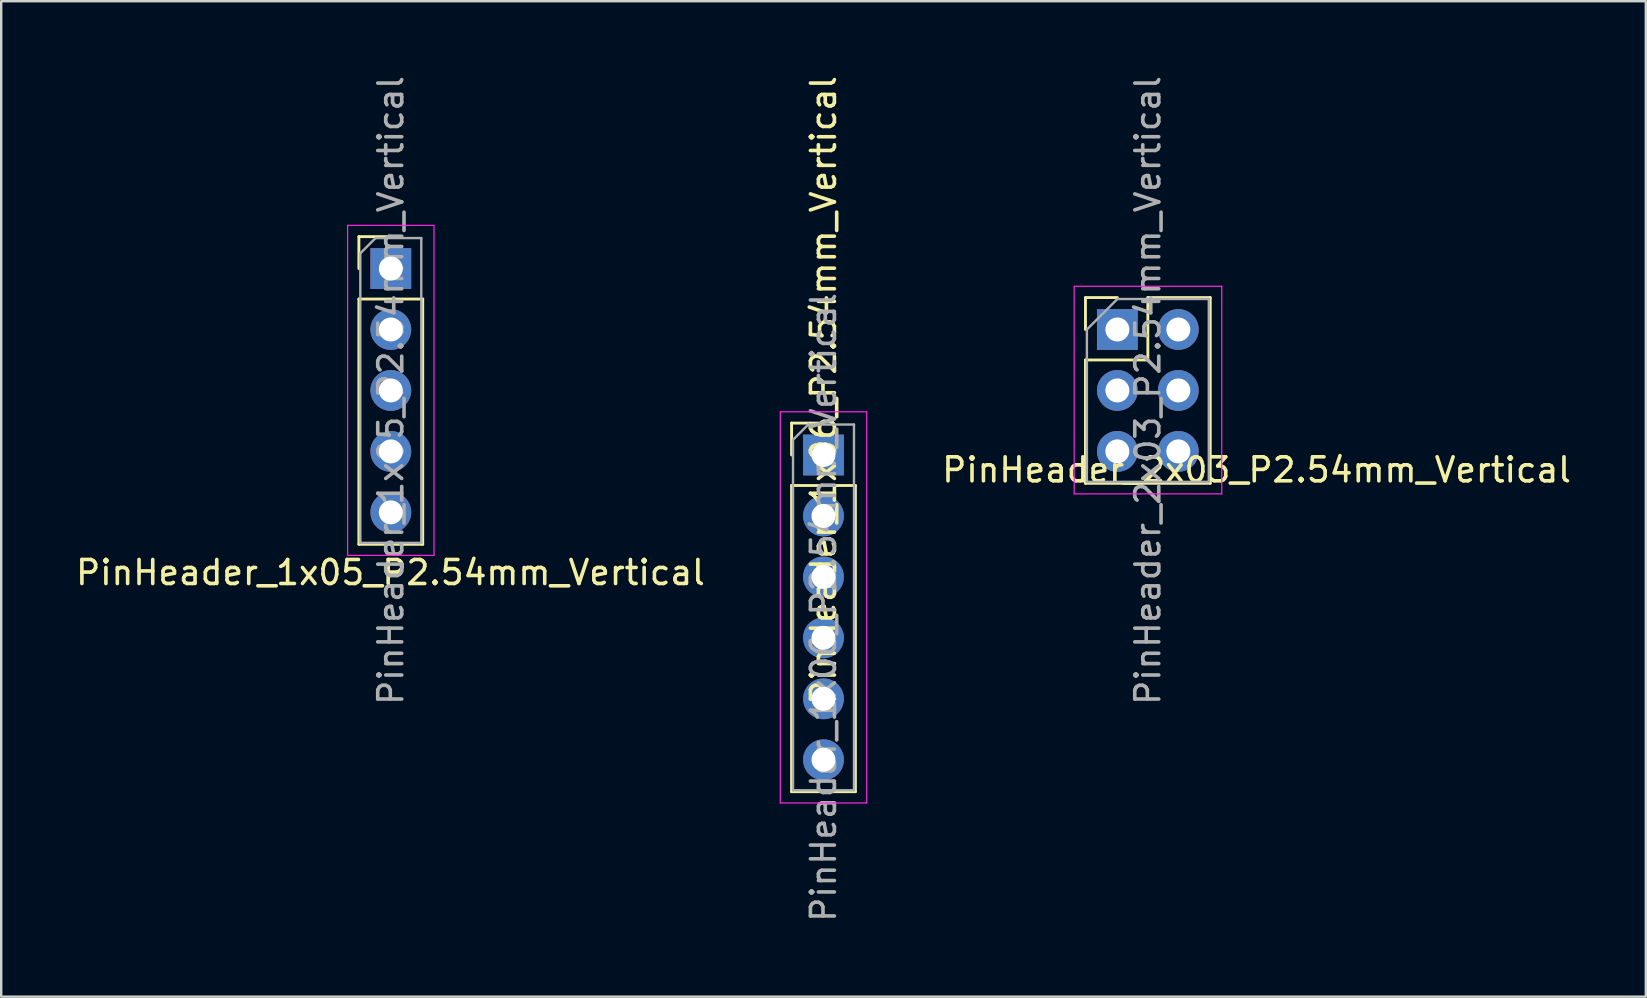
<source format=kicad_pcb>
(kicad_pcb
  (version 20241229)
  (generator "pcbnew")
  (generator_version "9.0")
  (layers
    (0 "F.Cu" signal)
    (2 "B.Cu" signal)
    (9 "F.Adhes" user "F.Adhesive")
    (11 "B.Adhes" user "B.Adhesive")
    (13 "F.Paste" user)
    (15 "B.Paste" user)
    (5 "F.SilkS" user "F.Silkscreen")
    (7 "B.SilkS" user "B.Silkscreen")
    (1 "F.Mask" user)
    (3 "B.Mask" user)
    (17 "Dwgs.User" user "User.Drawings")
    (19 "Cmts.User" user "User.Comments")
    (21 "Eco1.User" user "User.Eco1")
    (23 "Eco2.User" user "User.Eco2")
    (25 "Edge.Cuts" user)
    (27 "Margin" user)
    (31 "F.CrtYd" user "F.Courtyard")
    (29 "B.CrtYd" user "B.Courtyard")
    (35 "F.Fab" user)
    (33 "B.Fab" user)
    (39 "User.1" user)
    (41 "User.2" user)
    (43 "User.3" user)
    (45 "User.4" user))
  (footprint "PinHeader_1x06_P2.54mm_Vertical"
    (layer "F.Cu")
    (at 31.265 15.91)
    (property "Reference" "PinHeader_1x06_P2.54mm_Vertical" (at 0 -2.69 90) (layer "F.SilkS") (effects (font (size 1 1) (thickness 0.15))))
    (attr through_hole)
    (fp_line (start -1.33 -1.33) (end 0 -1.33) (stroke (width 0.12) (type solid)) (layer "F.SilkS"))
    (fp_line (start -1.33 0) (end -1.33 -1.33) (stroke (width 0.12) (type solid)) (layer "F.SilkS"))
    (fp_line (start -1.33 1.27) (end -1.33 14.03) (stroke (width 0.12) (type solid)) (layer "F.SilkS"))
    (fp_line (start -1.33 1.27) (end 1.33 1.27) (stroke (width 0.12) (type solid)) (layer "F.SilkS"))
    (fp_line (start -1.33 14.03) (end 1.33 14.03) (stroke (width 0.12) (type solid)) (layer "F.SilkS"))
    (fp_line (start 1.33 1.27) (end 1.33 14.03) (stroke (width 0.12) (type solid)) (layer "F.SilkS"))
    (fp_line (start -1.8 -1.8) (end -1.8 14.5) (stroke (width 0.05) (type solid)) (layer "F.CrtYd"))
    (fp_line (start -1.8 14.5) (end 1.8 14.5) (stroke (width 0.05) (type solid)) (layer "F.CrtYd"))
    (fp_line (start 1.8 -1.8) (end -1.8 -1.8) (stroke (width 0.05) (type solid)) (layer "F.CrtYd"))
    (fp_line (start 1.8 14.5) (end 1.8 -1.8) (stroke (width 0.05) (type solid)) (layer "F.CrtYd"))
    (fp_line (start -1.27 -0.635) (end -0.635 -1.27) (stroke (width 0.1) (type solid)) (layer "F.Fab"))
    (fp_line (start -1.27 13.97) (end -1.27 -0.635) (stroke (width 0.1) (type solid)) (layer "F.Fab"))
    (fp_line (start -0.635 -1.27) (end 1.27 -1.27) (stroke (width 0.1) (type solid)) (layer "F.Fab"))
    (fp_line (start 1.27 -1.27) (end 1.27 13.97) (stroke (width 0.1) (type solid)) (layer "F.Fab"))
    (fp_line (start 1.27 13.97) (end -1.27 13.97) (stroke (width 0.1) (type solid)) (layer "F.Fab"))
    (fp_text user "${REFERENCE}" (at 0 6.35 90) (layer "F.Fab") (effects (font (size 1 1) (thickness 0.15))))
    (pad "1" thru_hole rect (at 0 0) (size 1.7 1.7) (drill 1) (layers "*.Cu" "*.Mask"))
    (pad "2" thru_hole oval (at 0 2.54) (size 1.7 1.7) (drill 1) (layers "*.Cu" "*.Mask"))
    (pad "3" thru_hole oval (at 0 5.08) (size 1.7 1.7) (drill 1) (layers "*.Cu" "*.Mask"))
    (pad "4" thru_hole oval (at 0 7.62) (size 1.7 1.7) (drill 1) (layers "*.Cu" "*.Mask"))
    (pad "5" thru_hole oval (at 0 10.16) (size 1.7 1.7) (drill 1) (layers "*.Cu" "*.Mask"))
    (pad "6" thru_hole oval (at 0 12.7) (size 1.7 1.7) (drill 1) (layers "*.Cu" "*.Mask")))
  (footprint "PinHeader_1x05_P2.54mm_Vertical"
    (layer "F.Cu")
    (at 13.235 8.14)
    (property "Reference" "PinHeader_1x05_P2.54mm_Vertical" (at -0.015 12.669 0) (layer "F.SilkS") (effects (font (size 1 1) (thickness 0.15))))
    (attr through_hole)
    (fp_line (start -1.33 -1.33) (end 0 -1.33) (stroke (width 0.12) (type solid)) (layer "F.SilkS"))
    (fp_line (start -1.33 0) (end -1.33 -1.33) (stroke (width 0.12) (type solid)) (layer "F.SilkS"))
    (fp_line (start -1.33 1.27) (end -1.33 11.49) (stroke (width 0.12) (type solid)) (layer "F.SilkS"))
    (fp_line (start -1.33 1.27) (end 1.33 1.27) (stroke (width 0.12) (type solid)) (layer "F.SilkS"))
    (fp_line (start -1.33 11.49) (end 1.33 11.49) (stroke (width 0.12) (type solid)) (layer "F.SilkS"))
    (fp_line (start 1.33 1.27) (end 1.33 11.49) (stroke (width 0.12) (type solid)) (layer "F.SilkS"))
    (fp_line (start -1.8 -1.8) (end -1.8 11.95) (stroke (width 0.05) (type solid)) (layer "F.CrtYd"))
    (fp_line (start -1.8 11.95) (end 1.8 11.95) (stroke (width 0.05) (type solid)) (layer "F.CrtYd"))
    (fp_line (start 1.8 -1.8) (end -1.8 -1.8) (stroke (width 0.05) (type solid)) (layer "F.CrtYd"))
    (fp_line (start 1.8 11.95) (end 1.8 -1.8) (stroke (width 0.05) (type solid)) (layer "F.CrtYd"))
    (fp_line (start -1.27 -0.635) (end -0.635 -1.27) (stroke (width 0.1) (type solid)) (layer "F.Fab"))
    (fp_line (start -1.27 11.43) (end -1.27 -0.635) (stroke (width 0.1) (type solid)) (layer "F.Fab"))
    (fp_line (start -0.635 -1.27) (end 1.27 -1.27) (stroke (width 0.1) (type solid)) (layer "F.Fab"))
    (fp_line (start 1.27 -1.27) (end 1.27 11.43) (stroke (width 0.1) (type solid)) (layer "F.Fab"))
    (fp_line (start 1.27 11.43) (end -1.27 11.43) (stroke (width 0.1) (type solid)) (layer "F.Fab"))
    (fp_text user "${REFERENCE}" (at 0 5.08 90) (layer "F.Fab") (effects (font (size 1 1) (thickness 0.15))))
    (pad "1" thru_hole rect (at 0 0) (size 1.7 1.7) (drill 1) (layers "*.Cu" "*.Mask"))
    (pad "2" thru_hole oval (at 0 2.54) (size 1.7 1.7) (drill 1) (layers "*.Cu" "*.Mask"))
    (pad "3" thru_hole oval (at 0 5.08) (size 1.7 1.7) (drill 1) (layers "*.Cu" "*.Mask"))
    (pad "4" thru_hole oval (at 0 7.62) (size 1.7 1.7) (drill 1) (layers "*.Cu" "*.Mask"))
    (pad "5" thru_hole oval (at 0 10.16) (size 1.7 1.7) (drill 1) (layers "*.Cu" "*.Mask")))
  (footprint "PinHeader_2x03_P2.54mm_Vertical"
    (layer "F.Cu")
    (at 43.511 10.68)
    (property "Reference" "PinHeader_2x03_P2.54mm_Vertical" (at 5.8 5.85 0) (layer "F.SilkS") (effects (font (size 1 1) (thickness 0.15))))
    (attr through_hole)
    (fp_line (start -1.33 -1.33) (end 0 -1.33) (stroke (width 0.12) (type solid)) (layer "F.SilkS"))
    (fp_line (start -1.33 0) (end -1.33 -1.33) (stroke (width 0.12) (type solid)) (layer "F.SilkS"))
    (fp_line (start -1.33 1.27) (end -1.33 6.41) (stroke (width 0.12) (type solid)) (layer "F.SilkS"))
    (fp_line (start -1.33 1.27) (end 1.27 1.27) (stroke (width 0.12) (type solid)) (layer "F.SilkS"))
    (fp_line (start -1.33 6.41) (end 3.87 6.41) (stroke (width 0.12) (type solid)) (layer "F.SilkS"))
    (fp_line (start 1.27 -1.33) (end 3.87 -1.33) (stroke (width 0.12) (type solid)) (layer "F.SilkS"))
    (fp_line (start 1.27 1.27) (end 1.27 -1.33) (stroke (width 0.12) (type solid)) (layer "F.SilkS"))
    (fp_line (start 3.87 -1.33) (end 3.87 6.41) (stroke (width 0.12) (type solid)) (layer "F.SilkS"))
    (fp_line (start -1.8 -1.8) (end -1.8 6.85) (stroke (width 0.05) (type solid)) (layer "F.CrtYd"))
    (fp_line (start -1.8 6.85) (end 4.35 6.85) (stroke (width 0.05) (type solid)) (layer "F.CrtYd"))
    (fp_line (start 4.35 -1.8) (end -1.8 -1.8) (stroke (width 0.05) (type solid)) (layer "F.CrtYd"))
    (fp_line (start 4.35 6.85) (end 4.35 -1.8) (stroke (width 0.05) (type solid)) (layer "F.CrtYd"))
    (fp_line (start -1.27 0) (end 0 -1.27) (stroke (width 0.1) (type solid)) (layer "F.Fab"))
    (fp_line (start -1.27 6.35) (end -1.27 0) (stroke (width 0.1) (type solid)) (layer "F.Fab"))
    (fp_line (start 0 -1.27) (end 3.81 -1.27) (stroke (width 0.1) (type solid)) (layer "F.Fab"))
    (fp_line (start 3.81 -1.27) (end 3.81 6.35) (stroke (width 0.1) (type solid)) (layer "F.Fab"))
    (fp_line (start 3.81 6.35) (end -1.27 6.35) (stroke (width 0.1) (type solid)) (layer "F.Fab"))
    (fp_text user "${REFERENCE}" (at 1.27 2.54 90) (layer "F.Fab") (effects (font (size 1 1) (thickness 0.15))))
    (pad "1" thru_hole rect (at 0 0) (size 1.7 1.7) (drill 1) (layers "*.Cu" "*.Mask"))
    (pad "2" thru_hole oval (at 2.54 0) (size 1.7 1.7) (drill 1) (layers "*.Cu" "*.Mask"))
    (pad "3" thru_hole oval (at 0 2.54) (size 1.7 1.7) (drill 1) (layers "*.Cu" "*.Mask"))
    (pad "4" thru_hole oval (at 2.54 2.54) (size 1.7 1.7) (drill 1) (layers "*.Cu" "*.Mask"))
    (pad "5" thru_hole oval (at 0 5.08) (size 1.7 1.7) (drill 1) (layers "*.Cu" "*.Mask"))
    (pad "6" thru_hole oval (at 2.54 5.08) (size 1.7 1.7) (drill 1) (layers "*.Cu" "*.Mask")))
  (gr_rect
    (start -3 -3)
    (end 65.531 38.48)
    (stroke (width 0.1) (type default))
    (fill no)
    (layer "Edge.Cuts")))
</source>
